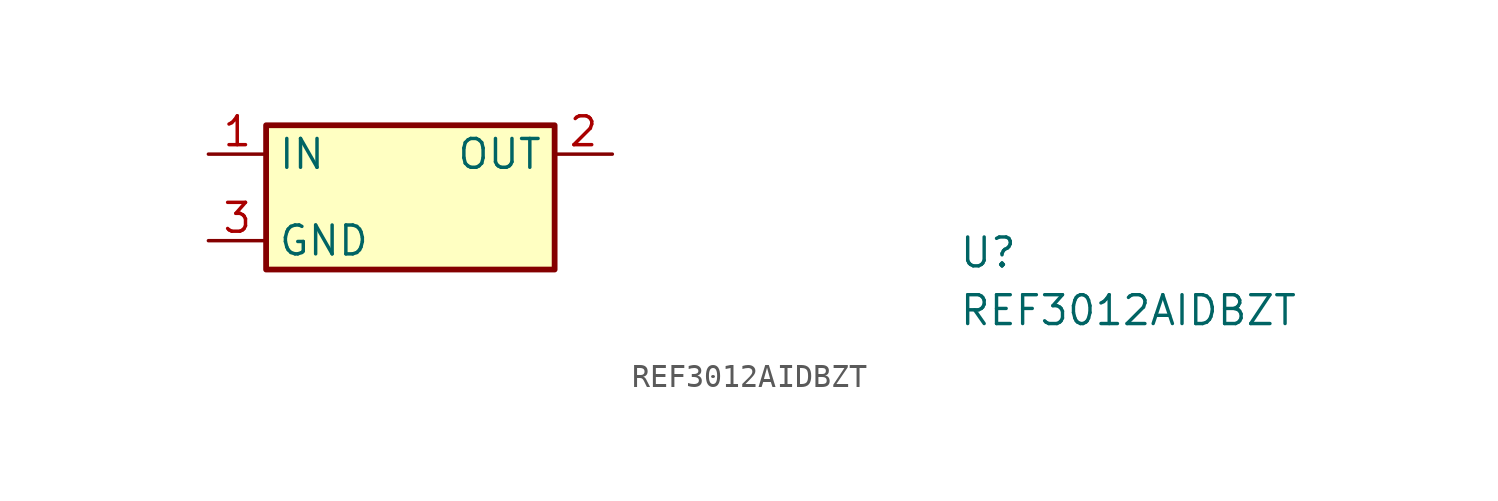
<source format=kicad_sym>
(kicad_symbol_lib
  (version 20211014)
  (generator kicad_symbol_editor)
  (symbol "REF3012AIDBZT"
    (property "Reference" "U"
      (at 33.02 -5.08 0)
      (effects (font (size 1.27 1.27) (thickness 0.15)) (justify left bottom)))
    (property "Value" "REF3012AIDBZT"
      (at 33.02 -7.62 0)
      (effects (font (size 1.27 1.27) (thickness 0.15)) (justify left bottom)))
    (symbol "REF3012AIDBZT_1_1"
      (rectangle (start 2.54 1.27) (end 15.24 -5.08) (stroke (width 0.254) (type default) (color 0 0 0 0)) (fill (type background)))
      (pin power_in line (at 0 0 0) (length 2.54) (name "IN" (effects (font (size 1.27 1.27)))) (number "1" (effects (font (size 1.27 1.27)))))
      (pin output line (at 17.78 0 180) (length 2.54) (name "OUT" (effects (font (size 1.27 1.27)))) (number "2" (effects (font (size 1.27 1.27)))))
      (pin passive line (at 0 -3.81 0) (length 2.54) (name "GND" (effects (font (size 1.27 1.27)))) (number "3" (effects (font (size 1.27 1.27))))))))
</source>
